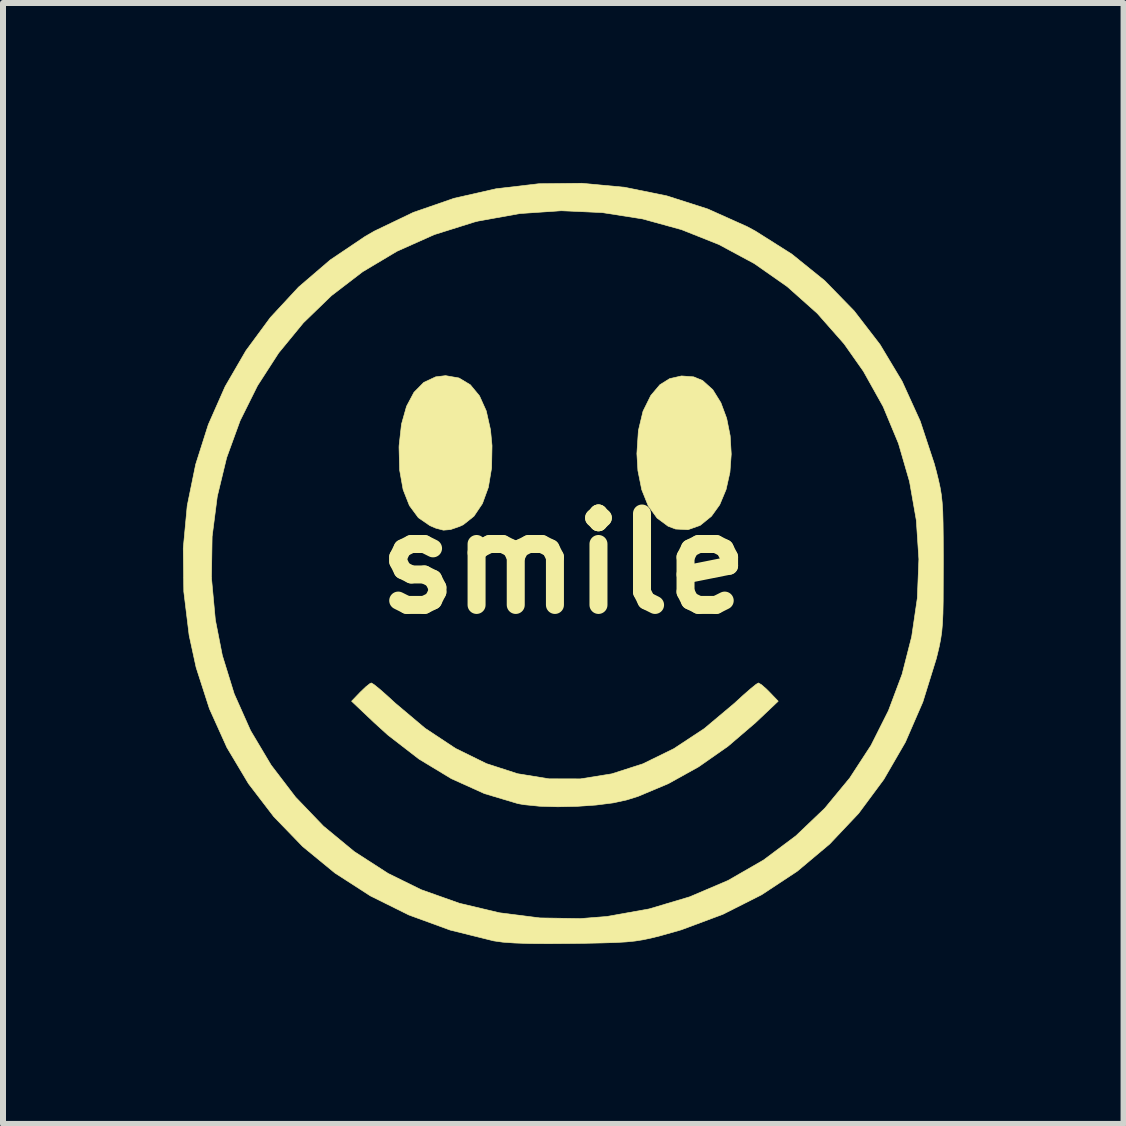
<source format=kicad_pcb>
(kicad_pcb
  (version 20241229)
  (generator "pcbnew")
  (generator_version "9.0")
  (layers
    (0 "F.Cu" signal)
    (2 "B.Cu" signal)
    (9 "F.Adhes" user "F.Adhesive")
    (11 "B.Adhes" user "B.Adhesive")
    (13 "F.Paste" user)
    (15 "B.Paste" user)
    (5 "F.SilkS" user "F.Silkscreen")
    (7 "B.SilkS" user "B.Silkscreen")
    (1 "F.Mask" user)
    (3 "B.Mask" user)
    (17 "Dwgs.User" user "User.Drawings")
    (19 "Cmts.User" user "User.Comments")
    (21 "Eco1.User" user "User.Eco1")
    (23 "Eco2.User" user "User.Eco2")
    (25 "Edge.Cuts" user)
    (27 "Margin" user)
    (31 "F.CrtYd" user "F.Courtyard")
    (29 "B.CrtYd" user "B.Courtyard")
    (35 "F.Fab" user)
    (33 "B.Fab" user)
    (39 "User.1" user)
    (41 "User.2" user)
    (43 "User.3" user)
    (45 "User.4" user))
  (footprint "smile"
    (layer "F.Cu")
    (at 6.346 6.345)
    (property "Reference" "smile" (at 0 0 0) (layer "F.SilkS") (effects (font (size 1.524 1.524) (thickness 0.3))))
    (attr through_hole)
    (fp_poly (pts (xy 2.167 -3.113) (xy 2.316 -3.052) (xy 2.487 -2.898) (xy 2.621 -2.682) (xy 2.718 -2.421) (xy 2.776 -2.13) (xy 2.794 -1.825) (xy 2.772 -1.521) (xy 2.708 -1.235) (xy 2.602 -0.981) (xy 2.464 -0.789) (xy 2.275 -0.636) (xy 2.073 -0.565) (xy 1.865 -0.576) (xy 1.741 -0.623) (xy 1.557 -0.759) (xy 1.409 -0.965) (xy 1.302 -1.231) (xy 1.238 -1.549) (xy 1.221 -1.833) (xy 1.246 -2.217) (xy 1.323 -2.539) (xy 1.453 -2.802) (xy 1.604 -2.981) (xy 1.767 -3.083) (xy 1.965 -3.128) (xy 2.167 -3.113)) (stroke (width 0.01) (type solid)) (fill yes) (layer "F.SilkS"))
    (fp_poly (pts (xy -1.745 -3.094) (xy -1.556 -2.981) (xy -1.403 -2.796) (xy -1.29 -2.545) (xy -1.219 -2.229) (xy -1.194 -1.966) (xy -1.201 -1.595) (xy -1.255 -1.271) (xy -1.354 -1) (xy -1.495 -0.79) (xy -1.674 -0.647) (xy -1.735 -0.619) (xy -1.886 -0.567) (xy -2.004 -0.557) (xy -2.13 -0.59) (xy -2.23 -0.633) (xy -2.422 -0.765) (xy -2.571 -0.967) (xy -2.676 -1.233) (xy -2.734 -1.558) (xy -2.744 -1.937) (xy -2.743 -1.966) (xy -2.703 -2.324) (xy -2.619 -2.622) (xy -2.495 -2.855) (xy -2.332 -3.02) (xy -2.133 -3.113) (xy -1.968 -3.133) (xy -1.745 -3.094)) (stroke (width 0.01) (type solid)) (fill yes) (layer "F.SilkS"))
    (fp_poly (pts (xy 3.296 2.018) (xy 3.379 2.09) (xy 3.431 2.142) (xy 3.577 2.294) (xy 3.197 2.654) (xy 2.739 3.046) (xy 2.25 3.388) (xy 1.746 3.668) (xy 1.242 3.88) (xy 1.055 3.939) (xy 0.827 3.989) (xy 0.542 4.025) (xy 0.225 4.047) (xy -0.098 4.054) (xy -0.402 4.045) (xy -0.66 4.019) (xy -0.762 4.001) (xy -1.321 3.834) (xy -1.872 3.585) (xy -2.411 3.259) (xy -2.93 2.858) (xy -3.156 2.653) (xy -3.535 2.294) (xy -3.389 2.142) (xy -3.297 2.054) (xy -3.227 1.999) (xy -3.205 1.99) (xy -3.161 2.017) (xy -3.069 2.091) (xy -2.944 2.201) (xy -2.809 2.325) (xy -2.309 2.746) (xy -1.801 3.082) (xy -1.286 3.335) (xy -0.767 3.503) (xy -0.244 3.588) (xy 0.279 3.589) (xy 0.802 3.505) (xy 1.321 3.338) (xy 1.836 3.086) (xy 2.344 2.751) (xy 2.844 2.331) (xy 2.851 2.325) (xy 2.995 2.193) (xy 3.119 2.085) (xy 3.208 2.013) (xy 3.247 1.99) (xy 3.296 2.018)) (stroke (width 0.01) (type solid)) (fill yes) (layer "F.SilkS"))
    (fp_poly (pts (xy 1.017 -6.273) (xy 1.72 -6.13) (xy 2.403 -5.911) (xy 3.059 -5.617) (xy 3.196 -5.543) (xy 3.802 -5.16) (xy 4.352 -4.716) (xy 4.843 -4.212) (xy 5.274 -3.652) (xy 5.642 -3.039) (xy 5.944 -2.375) (xy 6.179 -1.663) (xy 6.214 -1.533) (xy 6.249 -1.391) (xy 6.276 -1.268) (xy 6.296 -1.148) (xy 6.31 -1.019) (xy 6.32 -0.866) (xy 6.325 -0.676) (xy 6.328 -0.435) (xy 6.329 -0.129) (xy 6.329 0.021) (xy 6.328 0.358) (xy 6.327 0.624) (xy 6.323 0.834) (xy 6.315 1) (xy 6.303 1.138) (xy 6.285 1.261) (xy 6.261 1.383) (xy 6.229 1.517) (xy 6.211 1.589) (xy 5.988 2.307) (xy 5.697 2.977) (xy 5.338 3.597) (xy 4.917 4.165) (xy 4.434 4.676) (xy 3.894 5.129) (xy 3.3 5.521) (xy 2.654 5.847) (xy 1.959 6.106) (xy 1.602 6.207) (xy 1.456 6.243) (xy 1.324 6.271) (xy 1.192 6.292) (xy 1.044 6.307) (xy 0.866 6.317) (xy 0.642 6.324) (xy 0.358 6.33) (xy 0.148 6.333) (xy -0.247 6.336) (xy -0.566 6.334) (xy -0.819 6.325) (xy -1.015 6.311) (xy -1.163 6.29) (xy -1.164 6.29) (xy -1.893 6.109) (xy -2.58 5.858) (xy -3.221 5.54) (xy -3.812 5.159) (xy -4.35 4.717) (xy -4.832 4.219) (xy -5.254 3.668) (xy -5.613 3.067) (xy -5.905 2.419) (xy -6.127 1.73) (xy -6.243 1.196) (xy -6.332 0.466) (xy -6.335 0.237) (xy -5.871 0.237) (xy -5.806 0.939) (xy -5.69 1.53) (xy -5.492 2.171) (xy -5.219 2.784) (xy -4.876 3.36) (xy -4.469 3.893) (xy -4.004 4.377) (xy -3.488 4.803) (xy -2.925 5.166) (xy -2.376 5.436) (xy -1.737 5.663) (xy -1.071 5.821) (xy -0.394 5.907) (xy 0.278 5.918) (xy 0.721 5.883) (xy 1.425 5.757) (xy 2.102 5.555) (xy 2.742 5.282) (xy 3.332 4.942) (xy 3.872 4.538) (xy 4.352 4.08) (xy 4.769 3.575) (xy 5.124 3.03) (xy 5.415 2.451) (xy 5.642 1.845) (xy 5.802 1.218) (xy 5.896 0.576) (xy 5.922 -0.073) (xy 5.879 -0.723) (xy 5.766 -1.368) (xy 5.582 -2.002) (xy 5.326 -2.617) (xy 4.997 -3.206) (xy 4.676 -3.662) (xy 4.228 -4.171) (xy 3.726 -4.618) (xy 3.177 -5.002) (xy 2.588 -5.319) (xy 1.965 -5.567) (xy 1.315 -5.746) (xy 0.645 -5.851) (xy -0.039 -5.882) (xy -0.731 -5.835) (xy -1.424 -5.71) (xy -1.491 -5.693) (xy -2.156 -5.484) (xy -2.777 -5.207) (xy -3.349 -4.866) (xy -3.871 -4.466) (xy -4.339 -4.013) (xy -4.751 -3.511) (xy -5.103 -2.966) (xy -5.393 -2.383) (xy -5.618 -1.765) (xy -5.774 -1.12) (xy -5.86 -0.45) (xy -5.871 0.237) (xy -6.335 0.237) (xy -6.341 -0.256) (xy -6.275 -0.965) (xy -6.134 -1.654) (xy -5.923 -2.318) (xy -5.643 -2.952) (xy -5.297 -3.548) (xy -4.889 -4.102) (xy -4.419 -4.609) (xy -3.892 -5.061) (xy -3.31 -5.453) (xy -3.154 -5.543) (xy -2.506 -5.854) (xy -1.828 -6.089) (xy -1.128 -6.248) (xy -0.415 -6.332) (xy 0.302 -6.34) (xy 1.017 -6.273)) (stroke (width 0.01) (type solid)) (fill yes) (layer "F.SilkS")))
  (gr_rect
    (start -3 -3)
    (end 15.68 15.686)
    (stroke (width 0.1) (type default))
    (fill no)
    (layer "Edge.Cuts")))
</source>
